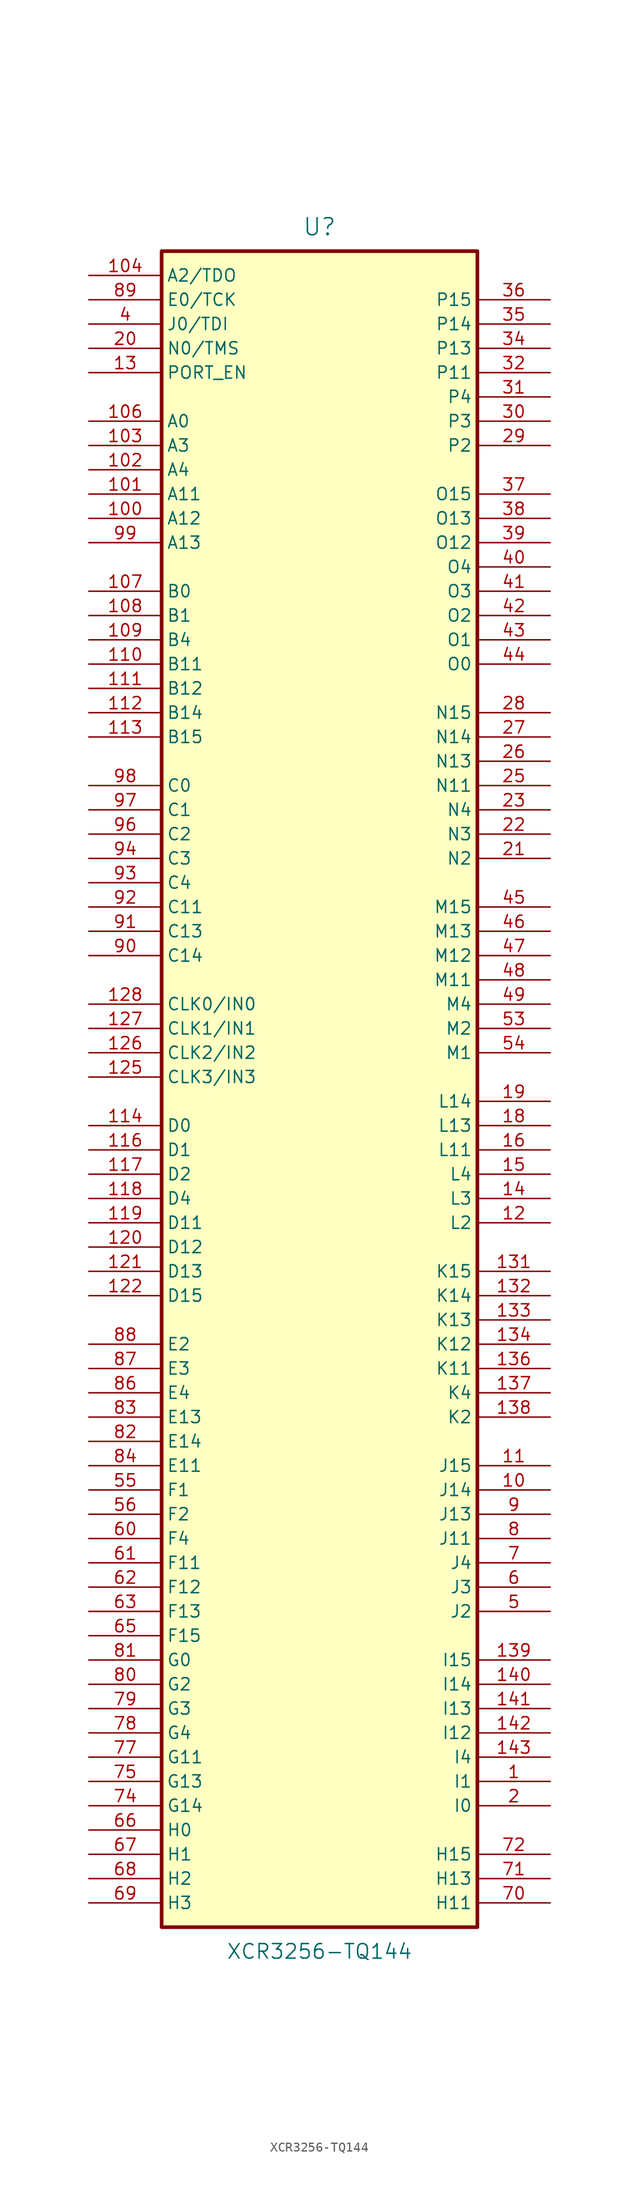
<source format=kicad_sym>
(kicad_symbol_lib
  (version 20201005)
  (generator kicad_symbol_editor)
  (symbol "kit-coldfire_schlib:XCR3256-TQ144"
    (property "Reference" "U"
      (at 0 88.9 0)
      (effects (font (size 1.778 1.778))))
    (property "Value" "XCR3256-TQ144"
      (at 0 -91.44 0)
      (effects (font (size 1.524 1.524))))
    (property "Footprint" ""
      (at 0 0 0)
      (effects (font (size 1.524 1.524))))
    (property "Datasheet" ""
      (at 0 0 0)
      (effects (font (size 1.524 1.524))))
    (symbol "XCR3256-TQ144_0_1"
      (rectangle (start -16.51 86.36) (end 16.51 -88.9) (stroke (width 0.381)) (fill (type background))))
    (symbol "XCR3256-TQ144_1_1"
      (pin passive line (at 24.13 -73.66 180) (length 7.62) (name "I1" (effects (font (size 1.27 1.27)))) (number "1" (effects (font (size 1.27 1.27)))))
      (pin passive line (at 24.13 -43.18 180) (length 7.62) (name "J14" (effects (font (size 1.27 1.27)))) (number "10" (effects (font (size 1.27 1.27)))))
      (pin passive line (at -24.13 58.42 0) (length 7.62) (name "A12" (effects (font (size 1.27 1.27)))) (number "100" (effects (font (size 1.27 1.27)))))
      (pin passive line (at -24.13 60.96 0) (length 7.62) (name "A11" (effects (font (size 1.27 1.27)))) (number "101" (effects (font (size 1.27 1.27)))))
      (pin passive line (at -24.13 63.5 0) (length 7.62) (name "A4" (effects (font (size 1.27 1.27)))) (number "102" (effects (font (size 1.27 1.27)))))
      (pin passive line (at -24.13 66.04 0) (length 7.62) (name "A3" (effects (font (size 1.27 1.27)))) (number "103" (effects (font (size 1.27 1.27)))))
      (pin passive line (at -24.13 83.82 0) (length 7.62) (name "A2/TDO" (effects (font (size 1.27 1.27)))) (number "104" (effects (font (size 1.27 1.27)))))
      (pin power_in line (at 13.97 -88.9 90) (length 0) hide (name "GND" (effects (font (size 0.762 0.762)))) (number "105" (effects (font (size 0.762 0.762)))))
      (pin passive line (at -24.13 68.58 0) (length 7.62) (name "A0" (effects (font (size 1.27 1.27)))) (number "106" (effects (font (size 1.27 1.27)))))
      (pin passive line (at -24.13 50.8 0) (length 7.62) (name "B0" (effects (font (size 1.27 1.27)))) (number "107" (effects (font (size 1.27 1.27)))))
      (pin passive line (at -24.13 48.26 0) (length 7.62) (name "B1" (effects (font (size 1.27 1.27)))) (number "108" (effects (font (size 1.27 1.27)))))
      (pin passive line (at -24.13 45.72 0) (length 7.62) (name "B4" (effects (font (size 1.27 1.27)))) (number "109" (effects (font (size 1.27 1.27)))))
      (pin passive line (at 24.13 -40.64 180) (length 7.62) (name "J15" (effects (font (size 1.27 1.27)))) (number "11" (effects (font (size 1.27 1.27)))))
      (pin passive line (at -24.13 43.18 0) (length 7.62) (name "B11" (effects (font (size 1.27 1.27)))) (number "110" (effects (font (size 1.27 1.27)))))
      (pin passive line (at -24.13 40.64 0) (length 7.62) (name "B12" (effects (font (size 1.27 1.27)))) (number "111" (effects (font (size 1.27 1.27)))))
      (pin passive line (at -24.13 38.1 0) (length 7.62) (name "B14" (effects (font (size 1.27 1.27)))) (number "112" (effects (font (size 1.27 1.27)))))
      (pin passive line (at -24.13 35.56 0) (length 7.62) (name "B15" (effects (font (size 1.27 1.27)))) (number "113" (effects (font (size 1.27 1.27)))))
      (pin passive line (at -24.13 -5.08 0) (length 7.62) (name "D0" (effects (font (size 1.27 1.27)))) (number "114" (effects (font (size 1.27 1.27)))))
      (pin power_in line (at 11.43 86.36 270) (length 0) hide (name "VCC" (effects (font (size 0.762 0.762)))) (number "115" (effects (font (size 0.762 0.762)))))
      (pin passive line (at -24.13 -7.62 0) (length 7.62) (name "D1" (effects (font (size 1.27 1.27)))) (number "116" (effects (font (size 1.27 1.27)))))
      (pin passive line (at -24.13 -10.16 0) (length 7.62) (name "D2" (effects (font (size 1.27 1.27)))) (number "117" (effects (font (size 1.27 1.27)))))
      (pin passive line (at -24.13 -12.7 0) (length 7.62) (name "D4" (effects (font (size 1.27 1.27)))) (number "118" (effects (font (size 1.27 1.27)))))
      (pin passive line (at -24.13 -15.24 0) (length 7.62) (name "D11" (effects (font (size 1.27 1.27)))) (number "119" (effects (font (size 1.27 1.27)))))
      (pin passive line (at 24.13 -15.24 180) (length 7.62) (name "L2" (effects (font (size 1.27 1.27)))) (number "12" (effects (font (size 1.27 1.27)))))
      (pin passive line (at -24.13 -17.78 0) (length 7.62) (name "D12" (effects (font (size 1.27 1.27)))) (number "120" (effects (font (size 1.27 1.27)))))
      (pin passive line (at -24.13 -20.32 0) (length 7.62) (name "D13" (effects (font (size 1.27 1.27)))) (number "121" (effects (font (size 1.27 1.27)))))
      (pin passive line (at -24.13 -22.86 0) (length 7.62) (name "D15" (effects (font (size 1.27 1.27)))) (number "122" (effects (font (size 1.27 1.27)))))
      (pin power_in line (at -6.35 86.36 270) (length 0) hide (name "VCC" (effects (font (size 0.762 0.762)))) (number "123" (effects (font (size 0.762 0.762)))))
      (pin power_in line (at -6.35 -88.9 90) (length 0) hide (name "GND" (effects (font (size 0.762 0.762)))) (number "124" (effects (font (size 0.762 0.762)))))
      (pin input line (at -24.13 0 0) (length 7.62) (name "CLK3/IN3" (effects (font (size 1.27 1.27)))) (number "125" (effects (font (size 1.27 1.27)))))
      (pin input line (at -24.13 2.54 0) (length 7.62) (name "CLK2/IN2" (effects (font (size 1.27 1.27)))) (number "126" (effects (font (size 1.27 1.27)))))
      (pin input line (at -24.13 5.08 0) (length 7.62) (name "CLK1/IN1" (effects (font (size 1.27 1.27)))) (number "127" (effects (font (size 1.27 1.27)))))
      (pin input line (at -24.13 7.62 0) (length 7.62) (name "CLK0/IN0" (effects (font (size 1.27 1.27)))) (number "128" (effects (font (size 1.27 1.27)))))
      (pin power_in line (at -3.81 -88.9 90) (length 0) hide (name "GND" (effects (font (size 0.762 0.762)))) (number "129" (effects (font (size 0.762 0.762)))))
      (pin passive line (at -24.13 73.66 0) (length 7.62) (name "PORT_EN" (effects (font (size 1.27 1.27)))) (number "13" (effects (font (size 1.27 1.27)))))
      (pin power_in line (at -3.81 86.36 270) (length 0) hide (name "VCC" (effects (font (size 0.762 0.762)))) (number "130" (effects (font (size 0.762 0.762)))))
      (pin passive line (at 24.13 -20.32 180) (length 7.62) (name "K15" (effects (font (size 1.27 1.27)))) (number "131" (effects (font (size 1.27 1.27)))))
      (pin passive line (at 24.13 -22.86 180) (length 7.62) (name "K14" (effects (font (size 1.27 1.27)))) (number "132" (effects (font (size 1.27 1.27)))))
      (pin passive line (at 24.13 -25.4 180) (length 7.62) (name "K13" (effects (font (size 1.27 1.27)))) (number "133" (effects (font (size 1.27 1.27)))))
      (pin passive line (at 24.13 -27.94 180) (length 7.62) (name "K12" (effects (font (size 1.27 1.27)))) (number "134" (effects (font (size 1.27 1.27)))))
      (pin power_in line (at -13.97 -88.9 90) (length 0) hide (name "GND" (effects (font (size 0.762 0.762)))) (number "135" (effects (font (size 0.762 0.762)))))
      (pin passive line (at 24.13 -30.48 180) (length 7.62) (name "K11" (effects (font (size 1.27 1.27)))) (number "136" (effects (font (size 1.27 1.27)))))
      (pin passive line (at 24.13 -33.02 180) (length 7.62) (name "K4" (effects (font (size 1.27 1.27)))) (number "137" (effects (font (size 1.27 1.27)))))
      (pin passive line (at 24.13 -35.56 180) (length 7.62) (name "K2" (effects (font (size 1.27 1.27)))) (number "138" (effects (font (size 1.27 1.27)))))
      (pin passive line (at 24.13 -60.96 180) (length 7.62) (name "I15" (effects (font (size 1.27 1.27)))) (number "139" (effects (font (size 1.27 1.27)))))
      (pin passive line (at 24.13 -12.7 180) (length 7.62) (name "L3" (effects (font (size 1.27 1.27)))) (number "14" (effects (font (size 1.27 1.27)))))
      (pin passive line (at 24.13 -63.5 180) (length 7.62) (name "I14" (effects (font (size 1.27 1.27)))) (number "140" (effects (font (size 1.27 1.27)))))
      (pin passive line (at 24.13 -66.04 180) (length 7.62) (name "I13" (effects (font (size 1.27 1.27)))) (number "141" (effects (font (size 1.27 1.27)))))
      (pin passive line (at 24.13 -68.58 180) (length 7.62) (name "I12" (effects (font (size 1.27 1.27)))) (number "142" (effects (font (size 1.27 1.27)))))
      (pin passive line (at 24.13 -71.12 180) (length 7.62) (name "I4" (effects (font (size 1.27 1.27)))) (number "143" (effects (font (size 1.27 1.27)))))
      (pin power_in line (at 13.97 86.36 270) (length 0) hide (name "VCC" (effects (font (size 0.762 0.762)))) (number "144" (effects (font (size 0.762 0.762)))))
      (pin passive line (at 24.13 -10.16 180) (length 7.62) (name "L4" (effects (font (size 1.27 1.27)))) (number "15" (effects (font (size 1.27 1.27)))))
      (pin passive line (at 24.13 -7.62 180) (length 7.62) (name "L11" (effects (font (size 1.27 1.27)))) (number "16" (effects (font (size 1.27 1.27)))))
      (pin power_in line (at 1.27 -88.9 90) (length 0) hide (name "GND" (effects (font (size 0.762 0.762)))) (number "17" (effects (font (size 0.762 0.762)))))
      (pin passive line (at 24.13 -5.08 180) (length 7.62) (name "L13" (effects (font (size 1.27 1.27)))) (number "18" (effects (font (size 1.27 1.27)))))
      (pin passive line (at 24.13 -2.54 180) (length 7.62) (name "L14" (effects (font (size 1.27 1.27)))) (number "19" (effects (font (size 1.27 1.27)))))
      (pin passive line (at 24.13 -76.2 180) (length 7.62) (name "I0" (effects (font (size 1.27 1.27)))) (number "2" (effects (font (size 1.27 1.27)))))
      (pin passive line (at -24.13 76.2 0) (length 7.62) (name "N0/TMS" (effects (font (size 1.27 1.27)))) (number "20" (effects (font (size 1.27 1.27)))))
      (pin passive line (at 24.13 22.86 180) (length 7.62) (name "N2" (effects (font (size 1.27 1.27)))) (number "21" (effects (font (size 1.27 1.27)))))
      (pin passive line (at 24.13 25.4 180) (length 7.62) (name "N3" (effects (font (size 1.27 1.27)))) (number "22" (effects (font (size 1.27 1.27)))))
      (pin passive line (at 24.13 27.94 180) (length 7.62) (name "N4" (effects (font (size 1.27 1.27)))) (number "23" (effects (font (size 1.27 1.27)))))
      (pin power_in line (at -1.27 86.36 270) (length 0) hide (name "VCC" (effects (font (size 0.762 0.762)))) (number "24" (effects (font (size 0.762 0.762)))))
      (pin passive line (at 24.13 30.48 180) (length 7.62) (name "N11" (effects (font (size 1.27 1.27)))) (number "25" (effects (font (size 1.27 1.27)))))
      (pin passive line (at 24.13 33.02 180) (length 7.62) (name "N13" (effects (font (size 1.27 1.27)))) (number "26" (effects (font (size 1.27 1.27)))))
      (pin passive line (at 24.13 35.56 180) (length 7.62) (name "N14" (effects (font (size 1.27 1.27)))) (number "27" (effects (font (size 1.27 1.27)))))
      (pin passive line (at 24.13 38.1 180) (length 7.62) (name "N15" (effects (font (size 1.27 1.27)))) (number "28" (effects (font (size 1.27 1.27)))))
      (pin passive line (at 24.13 66.04 180) (length 7.62) (name "P2" (effects (font (size 1.27 1.27)))) (number "29" (effects (font (size 1.27 1.27)))))
      (pin power_in line (at -1.27 -88.9 90) (length 0) hide (name "GND" (effects (font (size 0.762 0.762)))) (number "3" (effects (font (size 0.762 0.762)))))
      (pin passive line (at 24.13 68.58 180) (length 7.62) (name "P3" (effects (font (size 1.27 1.27)))) (number "30" (effects (font (size 1.27 1.27)))))
      (pin passive line (at 24.13 71.12 180) (length 7.62) (name "P4" (effects (font (size 1.27 1.27)))) (number "31" (effects (font (size 1.27 1.27)))))
      (pin passive line (at 24.13 73.66 180) (length 7.62) (name "P11" (effects (font (size 1.27 1.27)))) (number "32" (effects (font (size 1.27 1.27)))))
      (pin power_in line (at 3.81 -88.9 90) (length 0) hide (name "GND" (effects (font (size 0.762 0.762)))) (number "33" (effects (font (size 0.762 0.762)))))
      (pin passive line (at 24.13 76.2 180) (length 7.62) (name "P13" (effects (font (size 1.27 1.27)))) (number "34" (effects (font (size 1.27 1.27)))))
      (pin passive line (at 24.13 78.74 180) (length 7.62) (name "P14" (effects (font (size 1.27 1.27)))) (number "35" (effects (font (size 1.27 1.27)))))
      (pin passive line (at 24.13 81.28 180) (length 7.62) (name "P15" (effects (font (size 1.27 1.27)))) (number "36" (effects (font (size 1.27 1.27)))))
      (pin passive line (at 24.13 60.96 180) (length 7.62) (name "O15" (effects (font (size 1.27 1.27)))) (number "37" (effects (font (size 1.27 1.27)))))
      (pin passive line (at 24.13 58.42 180) (length 7.62) (name "O13" (effects (font (size 1.27 1.27)))) (number "38" (effects (font (size 1.27 1.27)))))
      (pin passive line (at 24.13 55.88 180) (length 7.62) (name "O12" (effects (font (size 1.27 1.27)))) (number "39" (effects (font (size 1.27 1.27)))))
      (pin passive line (at -24.13 78.74 0) (length 7.62) (name "J0/TDI" (effects (font (size 1.27 1.27)))) (number "4" (effects (font (size 1.27 1.27)))))
      (pin passive line (at 24.13 53.34 180) (length 7.62) (name "O4" (effects (font (size 1.27 1.27)))) (number "40" (effects (font (size 1.27 1.27)))))
      (pin passive line (at 24.13 50.8 180) (length 7.62) (name "O3" (effects (font (size 1.27 1.27)))) (number "41" (effects (font (size 1.27 1.27)))))
      (pin passive line (at 24.13 48.26 180) (length 7.62) (name "O2" (effects (font (size 1.27 1.27)))) (number "42" (effects (font (size 1.27 1.27)))))
      (pin passive line (at 24.13 45.72 180) (length 7.62) (name "O1" (effects (font (size 1.27 1.27)))) (number "43" (effects (font (size 1.27 1.27)))))
      (pin passive line (at 24.13 43.18 180) (length 7.62) (name "O0" (effects (font (size 1.27 1.27)))) (number "44" (effects (font (size 1.27 1.27)))))
      (pin passive line (at 24.13 17.78 180) (length 7.62) (name "M15" (effects (font (size 1.27 1.27)))) (number "45" (effects (font (size 1.27 1.27)))))
      (pin passive line (at 24.13 15.24 180) (length 7.62) (name "M13" (effects (font (size 1.27 1.27)))) (number "46" (effects (font (size 1.27 1.27)))))
      (pin passive line (at 24.13 12.7 180) (length 7.62) (name "M12" (effects (font (size 1.27 1.27)))) (number "47" (effects (font (size 1.27 1.27)))))
      (pin passive line (at 24.13 10.16 180) (length 7.62) (name "M11" (effects (font (size 1.27 1.27)))) (number "48" (effects (font (size 1.27 1.27)))))
      (pin passive line (at 24.13 7.62 180) (length 7.62) (name "M4" (effects (font (size 1.27 1.27)))) (number "49" (effects (font (size 1.27 1.27)))))
      (pin passive line (at 24.13 -55.88 180) (length 7.62) (name "J2" (effects (font (size 1.27 1.27)))) (number "5" (effects (font (size 1.27 1.27)))))
      (pin power_in line (at 1.27 86.36 270) (length 0) hide (name "VCC" (effects (font (size 0.762 0.762)))) (number "50" (effects (font (size 0.762 0.762)))))
      (pin power_in line (at -11.43 86.36 270) (length 0) hide (name "VCC" (effects (font (size 0.762 0.762)))) (number "51" (effects (font (size 0.762 0.762)))))
      (pin power_in line (at -8.89 -88.9 90) (length 0) hide (name "GND" (effects (font (size 0.762 0.762)))) (number "52" (effects (font (size 0.762 0.762)))))
      (pin passive line (at 24.13 5.08 180) (length 7.62) (name "M2" (effects (font (size 1.27 1.27)))) (number "53" (effects (font (size 1.27 1.27)))))
      (pin passive line (at 24.13 2.54 180) (length 7.62) (name "M1" (effects (font (size 1.27 1.27)))) (number "54" (effects (font (size 1.27 1.27)))))
      (pin passive line (at -24.13 -43.18 0) (length 7.62) (name "F1" (effects (font (size 1.27 1.27)))) (number "55" (effects (font (size 1.27 1.27)))))
      (pin passive line (at -24.13 -45.72 0) (length 7.62) (name "F2" (effects (font (size 1.27 1.27)))) (number "56" (effects (font (size 1.27 1.27)))))
      (pin power_in line (at -11.43 -88.9 90) (length 0) hide (name "GND" (effects (font (size 0.762 0.762)))) (number "57" (effects (font (size 0.762 0.762)))))
      (pin power_in line (at -8.89 86.36 270) (length 0) hide (name "VCC" (effects (font (size 0.762 0.762)))) (number "58" (effects (font (size 0.762 0.762)))))
      (pin power_in line (at 6.35 -88.9 90) (length 0) hide (name "GND" (effects (font (size 0.762 0.762)))) (number "59" (effects (font (size 0.762 0.762)))))
      (pin passive line (at 24.13 -53.34 180) (length 7.62) (name "J3" (effects (font (size 1.27 1.27)))) (number "6" (effects (font (size 1.27 1.27)))))
      (pin passive line (at -24.13 -48.26 0) (length 7.62) (name "F4" (effects (font (size 1.27 1.27)))) (number "60" (effects (font (size 1.27 1.27)))))
      (pin passive line (at -24.13 -50.8 0) (length 7.62) (name "F11" (effects (font (size 1.27 1.27)))) (number "61" (effects (font (size 1.27 1.27)))))
      (pin passive line (at -24.13 -53.34 0) (length 7.62) (name "F12" (effects (font (size 1.27 1.27)))) (number "62" (effects (font (size 1.27 1.27)))))
      (pin passive line (at -24.13 -55.88 0) (length 7.62) (name "F13" (effects (font (size 1.27 1.27)))) (number "63" (effects (font (size 1.27 1.27)))))
      (pin power_in line (at 8.89 -88.9 90) (length 0) hide (name "GND" (effects (font (size 0.762 0.762)))) (number "64" (effects (font (size 0.762 0.762)))))
      (pin passive line (at -24.13 -58.42 0) (length 7.62) (name "F15" (effects (font (size 1.27 1.27)))) (number "65" (effects (font (size 1.27 1.27)))))
      (pin passive line (at -24.13 -78.74 0) (length 7.62) (name "H0" (effects (font (size 1.27 1.27)))) (number "66" (effects (font (size 1.27 1.27)))))
      (pin passive line (at -24.13 -81.28 0) (length 7.62) (name "H1" (effects (font (size 1.27 1.27)))) (number "67" (effects (font (size 1.27 1.27)))))
      (pin passive line (at -24.13 -83.82 0) (length 7.62) (name "H2" (effects (font (size 1.27 1.27)))) (number "68" (effects (font (size 1.27 1.27)))))
      (pin passive line (at -24.13 -86.36 0) (length 7.62) (name "H3" (effects (font (size 1.27 1.27)))) (number "69" (effects (font (size 1.27 1.27)))))
      (pin passive line (at 24.13 -50.8 180) (length 7.62) (name "J4" (effects (font (size 1.27 1.27)))) (number "7" (effects (font (size 1.27 1.27)))))
      (pin passive line (at 24.13 -86.36 180) (length 7.62) (name "H11" (effects (font (size 1.27 1.27)))) (number "70" (effects (font (size 1.27 1.27)))))
      (pin passive line (at 24.13 -83.82 180) (length 7.62) (name "H13" (effects (font (size 1.27 1.27)))) (number "71" (effects (font (size 1.27 1.27)))))
      (pin passive line (at 24.13 -81.28 180) (length 7.62) (name "H15" (effects (font (size 1.27 1.27)))) (number "72" (effects (font (size 1.27 1.27)))))
      (pin power_in line (at 3.81 86.36 270) (length 0) hide (name "VCC" (effects (font (size 0.762 0.762)))) (number "73" (effects (font (size 0.762 0.762)))))
      (pin passive line (at -24.13 -76.2 0) (length 7.62) (name "G14" (effects (font (size 1.27 1.27)))) (number "74" (effects (font (size 1.27 1.27)))))
      (pin passive line (at -24.13 -73.66 0) (length 7.595) (name "G13" (effects (font (size 1.27 1.27)))) (number "75" (effects (font (size 1.27 1.27)))))
      (pin power_in line (at 6.35 86.36 270) (length 0) hide (name "VCC" (effects (font (size 0.762 0.762)))) (number "76" (effects (font (size 0.762 0.762)))))
      (pin passive line (at -24.13 -71.12 0) (length 7.62) (name "G11" (effects (font (size 1.27 1.27)))) (number "77" (effects (font (size 1.27 1.27)))))
      (pin passive line (at -24.13 -68.58 0) (length 7.62) (name "G4" (effects (font (size 1.27 1.27)))) (number "78" (effects (font (size 1.27 1.27)))))
      (pin passive line (at -24.13 -66.04 0) (length 7.62) (name "G3" (effects (font (size 1.27 1.27)))) (number "79" (effects (font (size 1.27 1.27)))))
      (pin passive line (at 24.13 -48.26 180) (length 7.62) (name "J11" (effects (font (size 1.27 1.27)))) (number "8" (effects (font (size 1.27 1.27)))))
      (pin passive line (at -24.13 -63.5 0) (length 7.62) (name "G2" (effects (font (size 1.27 1.27)))) (number "80" (effects (font (size 1.27 1.27)))))
      (pin input line (at -24.13 -60.96 0) (length 7.62) (name "G0" (effects (font (size 1.27 1.27)))) (number "81" (effects (font (size 1.27 1.27)))))
      (pin passive line (at -24.13 -38.1 0) (length 7.62) (name "E14" (effects (font (size 1.27 1.27)))) (number "82" (effects (font (size 1.27 1.27)))))
      (pin passive line (at -24.13 -35.56 0) (length 7.62) (name "E13" (effects (font (size 1.27 1.27)))) (number "83" (effects (font (size 1.27 1.27)))))
      (pin passive line (at -24.13 -40.64 0) (length 7.62) (name "E11" (effects (font (size 1.27 1.27)))) (number "84" (effects (font (size 1.27 1.27)))))
      (pin power_in line (at 11.43 -88.9 90) (length 0) hide (name "GND" (effects (font (size 0.762 0.762)))) (number "85" (effects (font (size 0.762 0.762)))))
      (pin passive line (at -24.13 -33.02 0) (length 7.62) (name "E4" (effects (font (size 1.27 1.27)))) (number "86" (effects (font (size 1.27 1.27)))))
      (pin passive line (at -24.13 -30.48 0) (length 7.62) (name "E3" (effects (font (size 1.27 1.27)))) (number "87" (effects (font (size 1.27 1.27)))))
      (pin passive line (at -24.13 -27.94 0) (length 7.62) (name "E2" (effects (font (size 1.27 1.27)))) (number "88" (effects (font (size 1.27 1.27)))))
      (pin passive line (at -24.13 81.28 0) (length 7.62) (name "E0/TCK" (effects (font (size 1.27 1.27)))) (number "89" (effects (font (size 1.27 1.27)))))
      (pin passive line (at 24.13 -45.72 180) (length 7.62) (name "J13" (effects (font (size 1.27 1.27)))) (number "9" (effects (font (size 1.27 1.27)))))
      (pin passive line (at -24.13 12.7 0) (length 7.62) (name "C14" (effects (font (size 1.27 1.27)))) (number "90" (effects (font (size 1.27 1.27)))))
      (pin passive line (at -24.13 15.24 0) (length 7.62) (name "C13" (effects (font (size 1.27 1.27)))) (number "91" (effects (font (size 1.27 1.27)))))
      (pin passive line (at -24.13 17.78 0) (length 7.62) (name "C11" (effects (font (size 1.27 1.27)))) (number "92" (effects (font (size 1.27 1.27)))))
      (pin passive line (at -24.13 20.32 0) (length 7.62) (name "C4" (effects (font (size 1.27 1.27)))) (number "93" (effects (font (size 1.27 1.27)))))
      (pin passive line (at -24.13 22.86 0) (length 7.62) (name "C3" (effects (font (size 1.27 1.27)))) (number "94" (effects (font (size 1.27 1.27)))))
      (pin power_in line (at 8.89 86.36 270) (length 0) hide (name "VCC" (effects (font (size 0.762 0.762)))) (number "95" (effects (font (size 0.762 0.762)))))
      (pin passive line (at -24.13 25.4 0) (length 7.62) (name "C2" (effects (font (size 1.27 1.27)))) (number "96" (effects (font (size 1.27 1.27)))))
      (pin passive line (at -24.13 27.94 0) (length 7.62) (name "C1" (effects (font (size 1.27 1.27)))) (number "97" (effects (font (size 1.27 1.27)))))
      (pin passive line (at -24.13 30.48 0) (length 7.62) (name "C0" (effects (font (size 1.27 1.27)))) (number "98" (effects (font (size 1.27 1.27)))))
      (pin passive line (at -24.13 55.88 0) (length 7.62) (name "A13" (effects (font (size 1.27 1.27)))) (number "99" (effects (font (size 1.27 1.27))))))))
</source>
